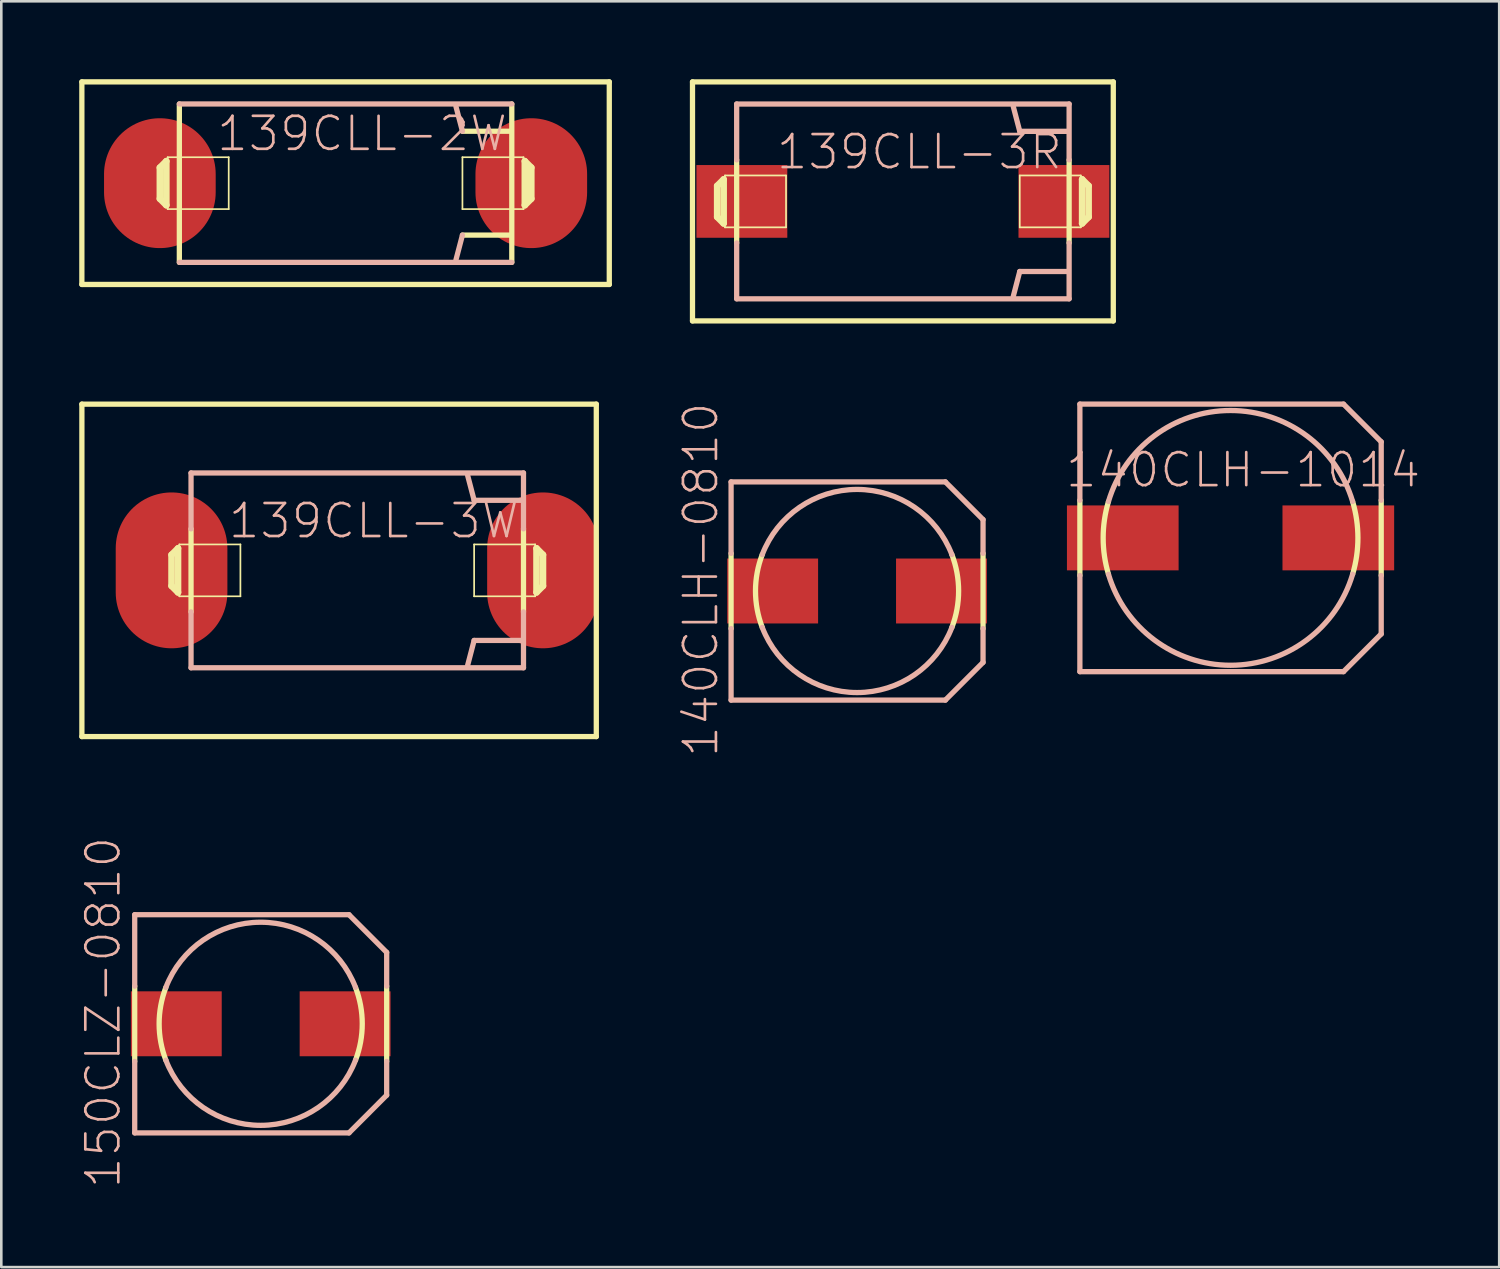
<source format=kicad_pcb>
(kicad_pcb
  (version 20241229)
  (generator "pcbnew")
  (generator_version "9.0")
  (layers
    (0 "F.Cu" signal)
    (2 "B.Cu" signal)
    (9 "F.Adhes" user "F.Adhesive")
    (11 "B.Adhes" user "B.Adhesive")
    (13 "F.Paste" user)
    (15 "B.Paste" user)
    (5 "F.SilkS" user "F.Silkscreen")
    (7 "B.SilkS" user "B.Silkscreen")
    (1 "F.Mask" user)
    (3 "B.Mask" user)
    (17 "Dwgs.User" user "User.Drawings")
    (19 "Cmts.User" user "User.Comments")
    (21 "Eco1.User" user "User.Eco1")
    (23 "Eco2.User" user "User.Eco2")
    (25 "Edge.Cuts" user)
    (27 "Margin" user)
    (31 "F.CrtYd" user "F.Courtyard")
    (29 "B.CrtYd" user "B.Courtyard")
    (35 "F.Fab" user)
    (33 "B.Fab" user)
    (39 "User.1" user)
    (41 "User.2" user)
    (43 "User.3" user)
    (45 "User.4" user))
  (footprint "139CLL-3W"
    (layer "F.Cu")
    (at 10.701 18.903)
    (property "Reference" "139CLL-3W" (at 0.635 -1.905 0) (layer "B.SilkS") (effects (font (size 1.27 1.27) (thickness 0.102))))
    (attr smd)
    (fp_line (start -10.599 -6.398) (end -10.599 6.398) (stroke (width 0.203) (type solid)) (layer "F.SilkS"))
    (fp_line (start -10.599 6.398) (end 9.2 6.398) (stroke (width 0.203) (type solid)) (layer "F.SilkS"))
    (fp_line (start -7.148 -0.599) (end -6.899 -0.848) (stroke (width 0.254) (type solid)) (layer "F.SilkS"))
    (fp_line (start -7.148 0.599) (end -7.148 -0.599) (stroke (width 0.254) (type solid)) (layer "F.SilkS"))
    (fp_line (start -6.899 -0.848) (end -6.899 0.848) (stroke (width 0.254) (type solid)) (layer "F.SilkS"))
    (fp_line (start -6.899 0.848) (end -7.148 0.599) (stroke (width 0.254) (type solid)) (layer "F.SilkS"))
    (fp_line (start -6.848 -0.998) (end -4.498 -0.998) (stroke (width 0.066) (type solid)) (layer "F.SilkS"))
    (fp_line (start -6.848 0.998) (end -6.848 -0.998) (stroke (width 0.066) (type solid)) (layer "F.SilkS"))
    (fp_line (start -6.848 0.998) (end -4.498 0.998) (stroke (width 0.066) (type solid)) (layer "F.SilkS"))
    (fp_line (start -6.398 1.598) (end -6.398 -1.598) (stroke (width 0.203) (type solid)) (layer "F.SilkS"))
    (fp_line (start -4.498 0.998) (end -4.498 -0.998) (stroke (width 0.066) (type solid)) (layer "F.SilkS"))
    (fp_line (start 4.498 -0.998) (end 6.848 -0.998) (stroke (width 0.066) (type solid)) (layer "F.SilkS"))
    (fp_line (start 4.498 0.998) (end 4.498 -0.998) (stroke (width 0.066) (type solid)) (layer "F.SilkS"))
    (fp_line (start 4.498 0.998) (end 6.848 0.998) (stroke (width 0.066) (type solid)) (layer "F.SilkS"))
    (fp_line (start 6.398 -1.598) (end 6.398 1.598) (stroke (width 0.203) (type solid)) (layer "F.SilkS"))
    (fp_line (start 6.848 0.998) (end 6.848 -0.998) (stroke (width 0.066) (type solid)) (layer "F.SilkS"))
    (fp_line (start 6.899 -0.848) (end 7.148 -0.599) (stroke (width 0.254) (type solid)) (layer "F.SilkS"))
    (fp_line (start 6.899 0.848) (end 6.899 -0.848) (stroke (width 0.254) (type solid)) (layer "F.SilkS"))
    (fp_line (start 7.148 -0.599) (end 7.148 0.599) (stroke (width 0.254) (type solid)) (layer "F.SilkS"))
    (fp_line (start 7.148 0.599) (end 6.899 0.848) (stroke (width 0.254) (type solid)) (layer "F.SilkS"))
    (fp_line (start 9.2 -6.398) (end -10.599 -6.398) (stroke (width 0.203) (type solid)) (layer "F.SilkS"))
    (fp_line (start 9.2 6.398) (end 9.2 -6.398) (stroke (width 0.203) (type solid)) (layer "F.SilkS"))
    (fp_line (start -6.398 -3.749) (end 6.398 -3.749) (stroke (width 0.203) (type solid)) (layer "B.SilkS"))
    (fp_line (start -6.398 -1.598) (end -6.398 -3.749) (stroke (width 0.203) (type solid)) (layer "B.SilkS"))
    (fp_line (start -6.398 3.749) (end -6.398 1.598) (stroke (width 0.203) (type solid)) (layer "B.SilkS"))
    (fp_line (start 4.498 -2.697) (end 4.249 -3.65) (stroke (width 0.203) (type solid)) (layer "B.SilkS"))
    (fp_line (start 4.498 2.697) (end 4.249 3.65) (stroke (width 0.203) (type solid)) (layer "B.SilkS"))
    (fp_line (start 6.35 -2.697) (end 4.498 -2.697) (stroke (width 0.203) (type solid)) (layer "B.SilkS"))
    (fp_line (start 6.35 2.697) (end 4.498 2.697) (stroke (width 0.203) (type solid)) (layer "B.SilkS"))
    (fp_line (start 6.398 -3.749) (end 6.398 -1.598) (stroke (width 0.203) (type solid)) (layer "B.SilkS"))
    (fp_line (start 6.398 1.598) (end 6.398 3.749) (stroke (width 0.203) (type solid)) (layer "B.SilkS"))
    (fp_line (start 6.398 3.749) (end -6.398 3.749) (stroke (width 0.203) (type solid)) (layer "B.SilkS"))
    (pad "+" smd oval (at 7.148 0) (size 4.298 5.999) (layers "F.Cu" "F.Mask" "F.Paste"))
    (pad "-" smd oval (at -7.148 0) (size 4.298 5.999) (layers "F.Cu" "F.Mask" "F.Paste")))
  (footprint "139CLL-3R"
    (layer "F.Cu")
    (at 31.702 4.702)
    (property "Reference" "139CLL-3R" (at 0.635 -1.905 0) (layer "B.SilkS") (effects (font (size 1.27 1.27) (thickness 0.102))))
    (attr smd)
    (fp_line (start -8.098 -4.6) (end -8.098 4.6) (stroke (width 0.203) (type solid)) (layer "F.SilkS"))
    (fp_line (start -8.098 4.6) (end 8.098 4.6) (stroke (width 0.203) (type solid)) (layer "F.SilkS"))
    (fp_line (start -7.148 -0.599) (end -6.899 -0.848) (stroke (width 0.254) (type solid)) (layer "F.SilkS"))
    (fp_line (start -7.148 0.599) (end -7.148 -0.599) (stroke (width 0.254) (type solid)) (layer "F.SilkS"))
    (fp_line (start -6.899 -0.848) (end -6.899 0.848) (stroke (width 0.254) (type solid)) (layer "F.SilkS"))
    (fp_line (start -6.899 0.848) (end -7.148 0.599) (stroke (width 0.254) (type solid)) (layer "F.SilkS"))
    (fp_line (start -6.848 -0.998) (end -4.498 -0.998) (stroke (width 0.066) (type solid)) (layer "F.SilkS"))
    (fp_line (start -6.848 0.998) (end -6.848 -0.998) (stroke (width 0.066) (type solid)) (layer "F.SilkS"))
    (fp_line (start -6.848 0.998) (end -4.498 0.998) (stroke (width 0.066) (type solid)) (layer "F.SilkS"))
    (fp_line (start -6.398 1.598) (end -6.398 -1.598) (stroke (width 0.203) (type solid)) (layer "F.SilkS"))
    (fp_line (start -4.498 0.998) (end -4.498 -0.998) (stroke (width 0.066) (type solid)) (layer "F.SilkS"))
    (fp_line (start 4.498 -0.998) (end 6.848 -0.998) (stroke (width 0.066) (type solid)) (layer "F.SilkS"))
    (fp_line (start 4.498 0.998) (end 4.498 -0.998) (stroke (width 0.066) (type solid)) (layer "F.SilkS"))
    (fp_line (start 4.498 0.998) (end 6.848 0.998) (stroke (width 0.066) (type solid)) (layer "F.SilkS"))
    (fp_line (start 6.398 -1.598) (end 6.398 1.598) (stroke (width 0.203) (type solid)) (layer "F.SilkS"))
    (fp_line (start 6.848 0.998) (end 6.848 -0.998) (stroke (width 0.066) (type solid)) (layer "F.SilkS"))
    (fp_line (start 6.899 -0.848) (end 7.148 -0.599) (stroke (width 0.254) (type solid)) (layer "F.SilkS"))
    (fp_line (start 6.899 0.848) (end 6.899 -0.848) (stroke (width 0.254) (type solid)) (layer "F.SilkS"))
    (fp_line (start 7.148 -0.599) (end 7.148 0.599) (stroke (width 0.254) (type solid)) (layer "F.SilkS"))
    (fp_line (start 7.148 0.599) (end 6.899 0.848) (stroke (width 0.254) (type solid)) (layer "F.SilkS"))
    (fp_line (start 8.098 -4.6) (end -8.098 -4.6) (stroke (width 0.203) (type solid)) (layer "F.SilkS"))
    (fp_line (start 8.098 4.6) (end 8.098 -4.6) (stroke (width 0.203) (type solid)) (layer "F.SilkS"))
    (fp_line (start -6.398 -3.749) (end 6.398 -3.749) (stroke (width 0.203) (type solid)) (layer "B.SilkS"))
    (fp_line (start -6.398 -1.598) (end -6.398 -3.749) (stroke (width 0.203) (type solid)) (layer "B.SilkS"))
    (fp_line (start -6.398 3.749) (end -6.398 1.598) (stroke (width 0.203) (type solid)) (layer "B.SilkS"))
    (fp_line (start 4.498 -2.697) (end 4.249 -3.65) (stroke (width 0.203) (type solid)) (layer "B.SilkS"))
    (fp_line (start 4.498 2.697) (end 4.249 3.65) (stroke (width 0.203) (type solid)) (layer "B.SilkS"))
    (fp_line (start 6.35 -2.697) (end 4.498 -2.697) (stroke (width 0.203) (type solid)) (layer "B.SilkS"))
    (fp_line (start 6.35 2.697) (end 4.498 2.697) (stroke (width 0.203) (type solid)) (layer "B.SilkS"))
    (fp_line (start 6.398 -3.749) (end 6.398 -1.598) (stroke (width 0.203) (type solid)) (layer "B.SilkS"))
    (fp_line (start 6.398 1.598) (end 6.398 3.749) (stroke (width 0.203) (type solid)) (layer "B.SilkS"))
    (fp_line (start 6.398 3.749) (end -6.398 3.749) (stroke (width 0.203) (type solid)) (layer "B.SilkS"))
    (pad "+" smd rect (at 6.198 0) (size 3.498 2.799) (layers "F.Cu" "F.Mask" "F.Paste"))
    (pad "-" smd rect (at -6.198 0) (size 3.498 2.799) (layers "F.Cu" "F.Mask" "F.Paste")))
  (footprint "140CLH-1014"
    (layer "F.Cu")
    (at 44.313 17.653)
    (property "Reference" "140CLH-1014" (at 0.483 -2.614 0) (layer "B.SilkS") (effects (font (size 1.27 1.27) (thickness 0.102))))
    (attr smd)
    (fp_line (start -5.799 1.448) (end -5.799 -1.448) (stroke (width 0.203) (type solid)) (layer "F.SilkS"))
    (fp_line (start 5.799 -1.448) (end 5.799 1.448) (stroke (width 0.203) (type solid)) (layer "F.SilkS"))
    (fp_arc (start -4.699 1.39954) (mid -4.902989 0.00304) (end -4.700732 -1.393712) (stroke (width 0.2032) (type solid)) (layer "F.SilkS"))
    (fp_arc (start 4.699 -1.39954) (mid 4.902989 -0.00304) (end 4.700732 1.393712) (stroke (width 0.2032) (type solid)) (layer "F.SilkS"))
    (fp_line (start -5.799 -5.149) (end 4.348 -5.149) (stroke (width 0.203) (type solid)) (layer "B.SilkS"))
    (fp_line (start -5.799 -1.448) (end -5.799 -5.149) (stroke (width 0.203) (type solid)) (layer "B.SilkS"))
    (fp_line (start -5.799 5.149) (end -5.799 1.448) (stroke (width 0.203) (type solid)) (layer "B.SilkS"))
    (fp_line (start 4.348 5.149) (end -5.799 5.149) (stroke (width 0.203) (type solid)) (layer "B.SilkS"))
    (fp_line (start 5.799 -3.698) (end 4.348 -5.149) (stroke (width 0.203) (type solid)) (layer "B.SilkS"))
    (fp_line (start 5.799 -3.698) (end 5.799 -1.448) (stroke (width 0.203) (type solid)) (layer "B.SilkS"))
    (fp_line (start 5.799 1.448) (end 5.799 3.698) (stroke (width 0.203) (type solid)) (layer "B.SilkS"))
    (fp_line (start 5.799 3.698) (end 4.348 5.149) (stroke (width 0.203) (type solid)) (layer "B.SilkS"))
    (fp_arc (start -4.699 -1.39954) (mid -0.001239 -4.90299) (end 4.698292 -1.401914) (stroke (width 0.2032) (type solid)) (layer "B.SilkS"))
    (fp_arc (start 4.699 1.39954) (mid 0.001239 4.90299) (end -4.698292 1.401914) (stroke (width 0.2032) (type solid)) (layer "B.SilkS"))
    (pad "+" smd rect (at 4.148 0) (size 4.298 2.499) (layers "F.Cu" "F.Mask" "F.Paste"))
    (pad "-" smd rect (at -4.148 0) (size 4.298 2.499) (layers "F.Cu" "F.Mask" "F.Paste")))
  (footprint "140CLH-0810"
    (layer "F.Cu")
    (at 29.938 19.697)
    (property "Reference" "140CLH-0810" (at -6.015 -0.434 90) (layer "B.SilkS") (effects (font (size 1.27 1.27) (thickness 0.102))))
    (attr smd)
    (fp_line (start -4.849 1.448) (end -4.849 -1.448) (stroke (width 0.203) (type solid)) (layer "F.SilkS"))
    (fp_line (start 4.849 -1.448) (end 4.849 1.448) (stroke (width 0.203) (type solid)) (layer "F.SilkS"))
    (fp_arc (start -3.64998 1.39954) (mid -3.9091 0.001959) (end -3.651381 -1.395882) (stroke (width 0.2032) (type solid)) (layer "F.SilkS"))
    (fp_arc (start 3.64998 -1.39954) (mid 3.9091 -0.001959) (end 3.651381 1.395882) (stroke (width 0.2032) (type solid)) (layer "F.SilkS"))
    (fp_line (start -4.849 -4.199) (end 3.399 -4.199) (stroke (width 0.203) (type solid)) (layer "B.SilkS"))
    (fp_line (start -4.849 -1.448) (end -4.849 -4.199) (stroke (width 0.203) (type solid)) (layer "B.SilkS"))
    (fp_line (start -4.849 4.199) (end -4.849 1.448) (stroke (width 0.203) (type solid)) (layer "B.SilkS"))
    (fp_line (start 3.399 4.199) (end -4.849 4.199) (stroke (width 0.203) (type solid)) (layer "B.SilkS"))
    (fp_line (start 4.849 -2.748) (end 3.399 -4.199) (stroke (width 0.203) (type solid)) (layer "B.SilkS"))
    (fp_line (start 4.849 -2.748) (end 4.849 -1.448) (stroke (width 0.203) (type solid)) (layer "B.SilkS"))
    (fp_line (start 4.849 1.448) (end 4.849 2.748) (stroke (width 0.203) (type solid)) (layer "B.SilkS"))
    (fp_line (start 4.849 2.748) (end 3.399 4.199) (stroke (width 0.203) (type solid)) (layer "B.SilkS"))
    (fp_arc (start -3.64998 -1.39954) (mid -0.001452 -3.9091) (end 3.648939 -1.402252) (stroke (width 0.2032) (type solid)) (layer "B.SilkS"))
    (fp_arc (start 3.64998 1.39954) (mid 0.001452 3.9091) (end -3.648939 1.402252) (stroke (width 0.2032) (type solid)) (layer "B.SilkS"))
    (pad "+" smd rect (at 3.249 0) (size 3.498 2.499) (layers "F.Cu" "F.Mask" "F.Paste"))
    (pad "-" smd rect (at -3.249 0) (size 3.498 2.499) (layers "F.Cu" "F.Mask" "F.Paste")))
  (footprint "139CLL-2W"
    (layer "F.Cu")
    (at 10.251 4)
    (property "Reference" "139CLL-2W" (at 0.635 -1.905 0) (layer "B.SilkS") (effects (font (size 1.27 1.27) (thickness 0.102))))
    (attr smd)
    (fp_line (start -10.15 -3.899) (end -10.15 3.899) (stroke (width 0.203) (type solid)) (layer "F.SilkS"))
    (fp_line (start -10.15 3.899) (end 10.15 3.899) (stroke (width 0.203) (type solid)) (layer "F.SilkS"))
    (fp_line (start -7.148 -0.599) (end -6.899 -0.848) (stroke (width 0.254) (type solid)) (layer "F.SilkS"))
    (fp_line (start -7.148 0.599) (end -7.148 -0.599) (stroke (width 0.254) (type solid)) (layer "F.SilkS"))
    (fp_line (start -6.899 -0.848) (end -6.899 0.848) (stroke (width 0.254) (type solid)) (layer "F.SilkS"))
    (fp_line (start -6.899 0.848) (end -7.148 0.599) (stroke (width 0.254) (type solid)) (layer "F.SilkS"))
    (fp_line (start -6.848 -0.998) (end -4.498 -0.998) (stroke (width 0.066) (type solid)) (layer "F.SilkS"))
    (fp_line (start -6.848 0.998) (end -6.848 -0.998) (stroke (width 0.066) (type solid)) (layer "F.SilkS"))
    (fp_line (start -6.848 0.998) (end -4.498 0.998) (stroke (width 0.066) (type solid)) (layer "F.SilkS"))
    (fp_line (start -6.398 3.048) (end -6.398 -3.048) (stroke (width 0.203) (type solid)) (layer "F.SilkS"))
    (fp_line (start -4.498 0.998) (end -4.498 -0.998) (stroke (width 0.066) (type solid)) (layer "F.SilkS"))
    (fp_line (start 4.498 -0.998) (end 6.848 -0.998) (stroke (width 0.066) (type solid)) (layer "F.SilkS"))
    (fp_line (start 4.498 0.998) (end 4.498 -0.998) (stroke (width 0.066) (type solid)) (layer "F.SilkS"))
    (fp_line (start 4.498 0.998) (end 6.848 0.998) (stroke (width 0.066) (type solid)) (layer "F.SilkS"))
    (fp_line (start 6.35 -1.999) (end 4.498 -1.999) (stroke (width 0.203) (type solid)) (layer "F.SilkS"))
    (fp_line (start 6.35 1.999) (end 4.498 1.999) (stroke (width 0.203) (type solid)) (layer "F.SilkS"))
    (fp_line (start 6.398 -3.048) (end 6.398 3.048) (stroke (width 0.203) (type solid)) (layer "F.SilkS"))
    (fp_line (start 6.848 0.998) (end 6.848 -0.998) (stroke (width 0.066) (type solid)) (layer "F.SilkS"))
    (fp_line (start 6.899 -0.848) (end 7.148 -0.599) (stroke (width 0.254) (type solid)) (layer "F.SilkS"))
    (fp_line (start 6.899 0.848) (end 6.899 -0.848) (stroke (width 0.254) (type solid)) (layer "F.SilkS"))
    (fp_line (start 7.148 -0.599) (end 7.148 0.599) (stroke (width 0.254) (type solid)) (layer "F.SilkS"))
    (fp_line (start 7.148 0.599) (end 6.899 0.848) (stroke (width 0.254) (type solid)) (layer "F.SilkS"))
    (fp_line (start 10.15 -3.899) (end -10.15 -3.899) (stroke (width 0.203) (type solid)) (layer "F.SilkS"))
    (fp_line (start 10.15 3.899) (end 10.15 -3.899) (stroke (width 0.203) (type solid)) (layer "F.SilkS"))
    (fp_line (start -6.398 -3.048) (end 6.398 -3.048) (stroke (width 0.203) (type solid)) (layer "B.SilkS"))
    (fp_line (start 4.498 -1.999) (end 4.249 -2.949) (stroke (width 0.203) (type solid)) (layer "B.SilkS"))
    (fp_line (start 4.498 1.999) (end 4.249 2.949) (stroke (width 0.203) (type solid)) (layer "B.SilkS"))
    (fp_line (start 6.398 3.048) (end -6.398 3.048) (stroke (width 0.203) (type solid)) (layer "B.SilkS"))
    (pad "+" smd oval (at 7.148 0) (size 4.298 4.999) (layers "F.Cu" "F.Mask" "F.Paste"))
    (pad "-" smd oval (at -7.148 0) (size 4.298 4.999) (layers "F.Cu" "F.Mask" "F.Paste")))
  (footprint "150CLZ-0810"
    (layer "F.Cu")
    (at 6.984 36.355)
    (property "Reference" "150CLZ-0810" (at -6.063 -0.434 90) (layer "B.SilkS") (effects (font (size 1.27 1.27) (thickness 0.102))))
    (attr smd)
    (fp_line (start -4.849 1.448) (end -4.849 -1.448) (stroke (width 0.203) (type solid)) (layer "F.SilkS"))
    (fp_line (start 4.849 -1.448) (end 4.849 1.448) (stroke (width 0.203) (type solid)) (layer "F.SilkS"))
    (fp_arc (start -3.64998 1.39954) (mid -3.9091 0.001959) (end -3.651381 -1.395882) (stroke (width 0.2032) (type solid)) (layer "F.SilkS"))
    (fp_arc (start 3.64998 -1.39954) (mid 3.9091 -0.001959) (end 3.651381 1.395882) (stroke (width 0.2032) (type solid)) (layer "F.SilkS"))
    (fp_line (start -4.849 -4.199) (end 3.399 -4.199) (stroke (width 0.203) (type solid)) (layer "B.SilkS"))
    (fp_line (start -4.849 -1.448) (end -4.849 -4.199) (stroke (width 0.203) (type solid)) (layer "B.SilkS"))
    (fp_line (start -4.849 4.199) (end -4.849 1.448) (stroke (width 0.203) (type solid)) (layer "B.SilkS"))
    (fp_line (start 3.399 4.199) (end -4.849 4.199) (stroke (width 0.203) (type solid)) (layer "B.SilkS"))
    (fp_line (start 4.849 -2.748) (end 3.399 -4.199) (stroke (width 0.203) (type solid)) (layer "B.SilkS"))
    (fp_line (start 4.849 -2.748) (end 4.849 -1.448) (stroke (width 0.203) (type solid)) (layer "B.SilkS"))
    (fp_line (start 4.849 1.448) (end 4.849 2.748) (stroke (width 0.203) (type solid)) (layer "B.SilkS"))
    (fp_line (start 4.849 2.748) (end 3.399 4.199) (stroke (width 0.203) (type solid)) (layer "B.SilkS"))
    (fp_arc (start -3.64998 -1.39954) (mid -0.001452 -3.9091) (end 3.648939 -1.402252) (stroke (width 0.2032) (type solid)) (layer "B.SilkS"))
    (fp_arc (start 3.64998 1.39954) (mid 0.001452 3.9091) (end -3.648939 1.402252) (stroke (width 0.2032) (type solid)) (layer "B.SilkS"))
    (pad "+" smd rect (at 3.249 0) (size 3.498 2.499) (layers "F.Cu" "F.Mask" "F.Paste"))
    (pad "-" smd rect (at -3.249 0) (size 3.498 2.499) (layers "F.Cu" "F.Mask" "F.Paste")))
  (gr_rect
    (start -3 -3)
    (end 54.654 45.719)
    (stroke (width 0.1) (type default))
    (fill no)
    (layer "Edge.Cuts")))
</source>
